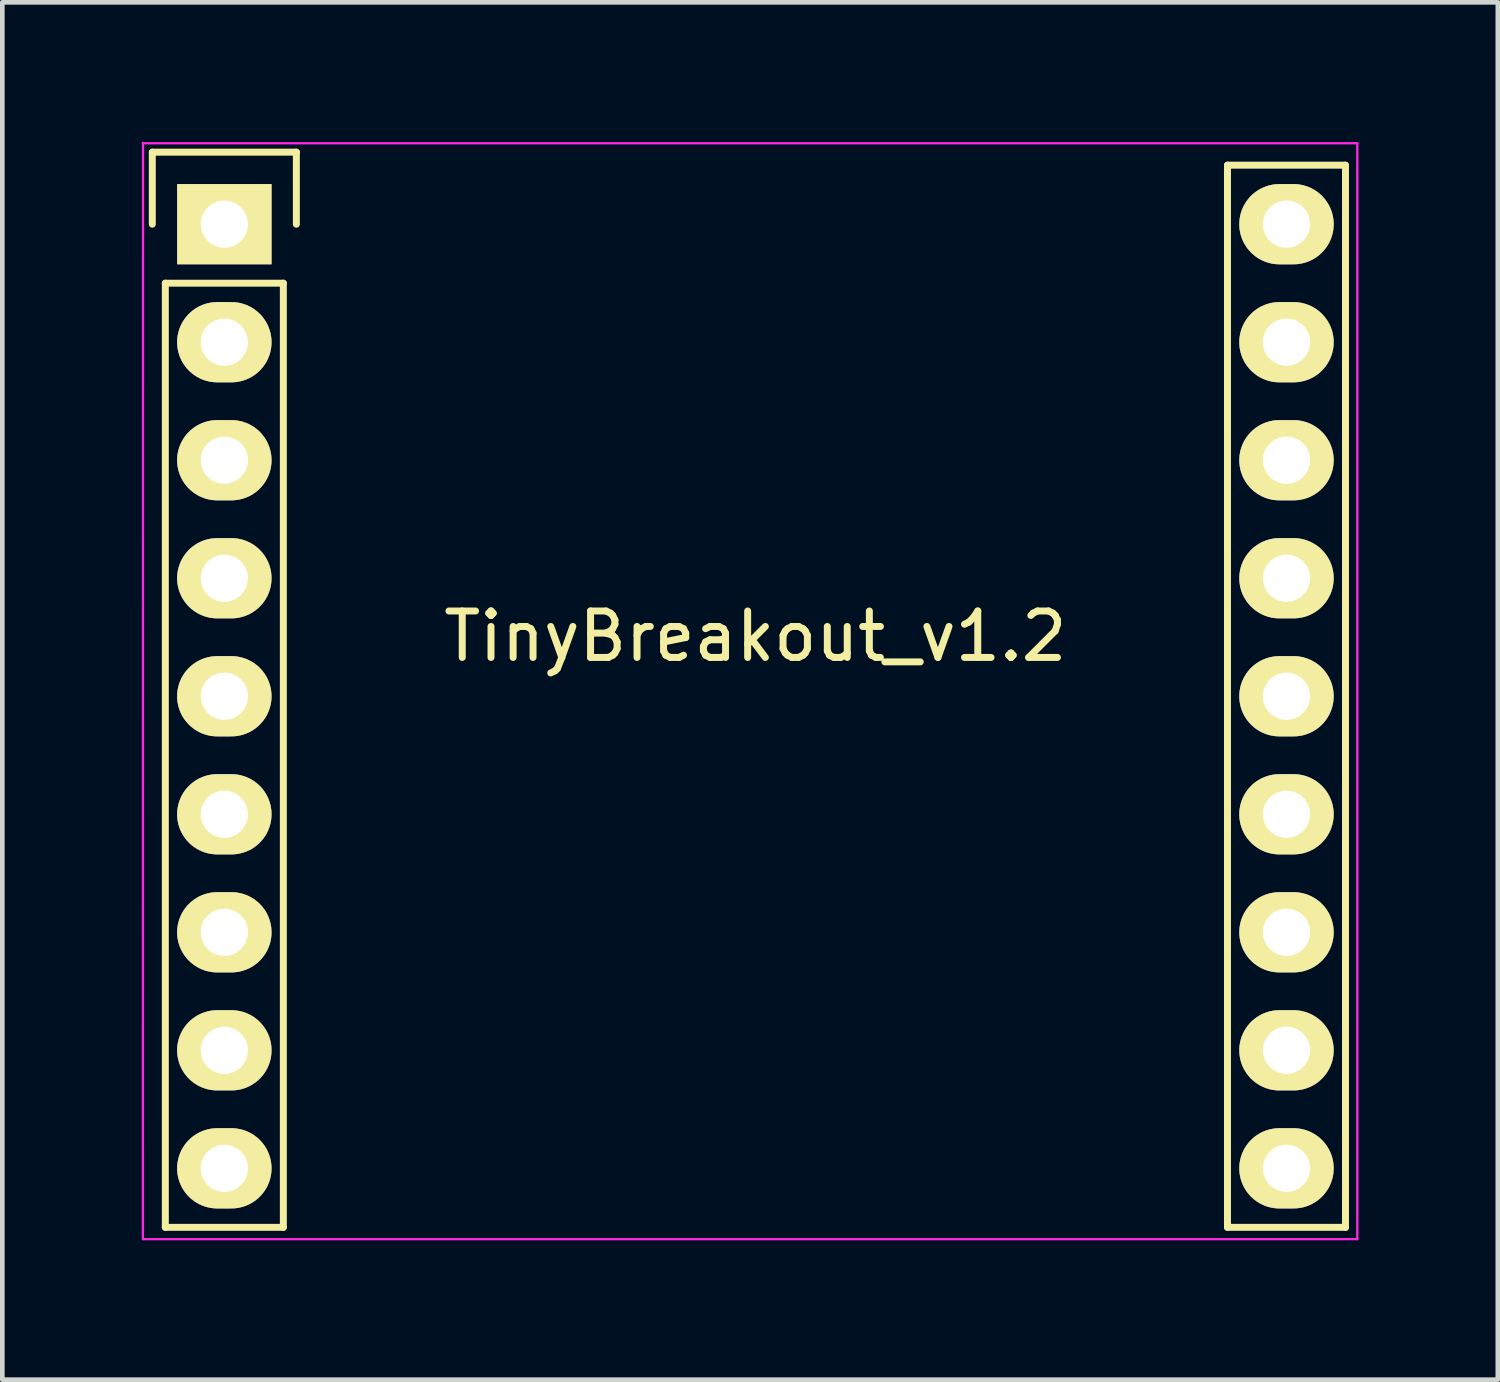
<source format=kicad_pcb>
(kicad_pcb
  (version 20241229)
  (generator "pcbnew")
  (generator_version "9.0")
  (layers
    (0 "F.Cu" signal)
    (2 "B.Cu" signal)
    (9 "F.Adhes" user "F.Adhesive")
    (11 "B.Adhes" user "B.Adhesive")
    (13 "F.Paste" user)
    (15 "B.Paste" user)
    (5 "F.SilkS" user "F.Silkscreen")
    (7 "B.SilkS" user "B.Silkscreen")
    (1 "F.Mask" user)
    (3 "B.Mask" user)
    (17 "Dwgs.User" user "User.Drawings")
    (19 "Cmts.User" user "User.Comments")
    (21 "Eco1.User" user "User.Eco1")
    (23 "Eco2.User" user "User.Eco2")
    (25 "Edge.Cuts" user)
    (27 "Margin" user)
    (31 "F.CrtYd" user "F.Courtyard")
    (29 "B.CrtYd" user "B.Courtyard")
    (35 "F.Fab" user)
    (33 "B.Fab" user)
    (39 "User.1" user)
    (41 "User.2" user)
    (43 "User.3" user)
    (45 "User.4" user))
  (footprint "TinyBreakout_v1.2"
    (layer "F.Cu")
    (at 1.778 1.775)
    (property "Reference" "TinyBreakout_v1.2" (at 11.43 8.87 0) (layer "F.SilkS") (effects (font (size 1 1) (thickness 0.15))))
    (attr through_hole)
    (fp_line (start -1.55 -1.55) (end 1.55 -1.55) (stroke (width 0.15) (type solid)) (layer "F.SilkS"))
    (fp_line (start -1.55 0) (end -1.55 -1.55) (stroke (width 0.15) (type solid)) (layer "F.SilkS"))
    (fp_line (start -1.27 21.59) (end -1.27 1.27) (stroke (width 0.15) (type solid)) (layer "F.SilkS"))
    (fp_line (start 1.27 1.27) (end -1.27 1.27) (stroke (width 0.15) (type solid)) (layer "F.SilkS"))
    (fp_line (start 1.27 1.27) (end 1.27 21.59) (stroke (width 0.15) (type solid)) (layer "F.SilkS"))
    (fp_line (start 1.27 21.59) (end -1.27 21.59) (stroke (width 0.15) (type solid)) (layer "F.SilkS"))
    (fp_line (start 1.55 -1.55) (end 1.55 0) (stroke (width 0.15) (type solid)) (layer "F.SilkS"))
    (fp_line (start 21.59 21.59) (end 21.59 -1.27) (stroke (width 0.15) (type solid)) (layer "F.SilkS"))
    (fp_line (start 24.13 -1.27) (end 21.59 -1.27) (stroke (width 0.15) (type solid)) (layer "F.SilkS"))
    (fp_line (start 24.13 -1.27) (end 24.13 21.59) (stroke (width 0.15) (type solid)) (layer "F.SilkS"))
    (fp_line (start 24.13 21.59) (end 21.59 21.59) (stroke (width 0.15) (type solid)) (layer "F.SilkS"))
    (fp_line (start -1.753 -1.742) (end 24.384 -1.742) (stroke (width 0.05) (type solid)) (layer "F.CrtYd"))
    (fp_line (start -1.753 21.844) (end 24.384 21.844) (stroke (width 0.05) (type solid)) (layer "F.CrtYd"))
    (fp_line (start -1.75 -1.75) (end -1.753 21.844) (stroke (width 0.05) (type solid)) (layer "F.CrtYd"))
    (fp_line (start 24.384 -1.742) (end 24.384 21.844) (stroke (width 0.05) (type solid)) (layer "F.CrtYd"))
    (pad "1" thru_hole rect (at 0 0) (size 2.032 1.727) (drill 1.016) (layers "*.Cu" "*.Mask" "F.SilkS"))
    (pad "2" thru_hole oval (at 0 2.54) (size 2.032 1.727) (drill 1.016) (layers "*.Cu" "*.Mask" "F.SilkS"))
    (pad "3" thru_hole oval (at 0 5.08) (size 2.032 1.727) (drill 1.016) (layers "*.Cu" "*.Mask" "F.SilkS"))
    (pad "4" thru_hole oval (at 0 7.62) (size 2.032 1.727) (drill 1.016) (layers "*.Cu" "*.Mask" "F.SilkS"))
    (pad "5" thru_hole oval (at 0 10.16) (size 2.032 1.727) (drill 1.016) (layers "*.Cu" "*.Mask" "F.SilkS"))
    (pad "6" thru_hole oval (at 0 12.7) (size 2.032 1.727) (drill 1.016) (layers "*.Cu" "*.Mask" "F.SilkS"))
    (pad "7" thru_hole oval (at 0 15.24) (size 2.032 1.727) (drill 1.016) (layers "*.Cu" "*.Mask" "F.SilkS"))
    (pad "8" thru_hole oval (at 0 17.78) (size 2.032 1.727) (drill 1.016) (layers "*.Cu" "*.Mask" "F.SilkS"))
    (pad "9" thru_hole oval (at 0 20.32) (size 2.032 1.727) (drill 1.016) (layers "*.Cu" "*.Mask" "F.SilkS"))
    (pad "10" thru_hole oval (at 22.86 20.32) (size 2.032 1.727) (drill 1.016) (layers "*.Cu" "*.Mask" "F.SilkS"))
    (pad "11" thru_hole oval (at 22.86 17.78) (size 2.032 1.727) (drill 1.016) (layers "*.Cu" "*.Mask" "F.SilkS"))
    (pad "12" thru_hole oval (at 22.86 15.24) (size 2.032 1.727) (drill 1.016) (layers "*.Cu" "*.Mask" "F.SilkS"))
    (pad "13" thru_hole oval (at 22.86 12.7) (size 2.032 1.727) (drill 1.016) (layers "*.Cu" "*.Mask" "F.SilkS"))
    (pad "14" thru_hole oval (at 22.86 10.16) (size 2.032 1.727) (drill 1.016) (layers "*.Cu" "*.Mask" "F.SilkS"))
    (pad "15" thru_hole oval (at 22.86 7.62) (size 2.032 1.727) (drill 1.016) (layers "*.Cu" "*.Mask" "F.SilkS"))
    (pad "16" thru_hole oval (at 22.86 5.08) (size 2.032 1.727) (drill 1.016) (layers "*.Cu" "*.Mask" "F.SilkS"))
    (pad "17" thru_hole oval (at 22.86 2.54) (size 2.032 1.727) (drill 1.016) (layers "*.Cu" "*.Mask" "F.SilkS"))
    (pad "18" thru_hole oval (at 22.86 0) (size 2.032 1.727) (drill 1.016) (layers "*.Cu" "*.Mask" "F.SilkS")))
  (gr_rect
    (start -3 -3)
    (end 29.187 26.644)
    (stroke (width 0.1) (type default))
    (fill no)
    (layer "Edge.Cuts")))
</source>
